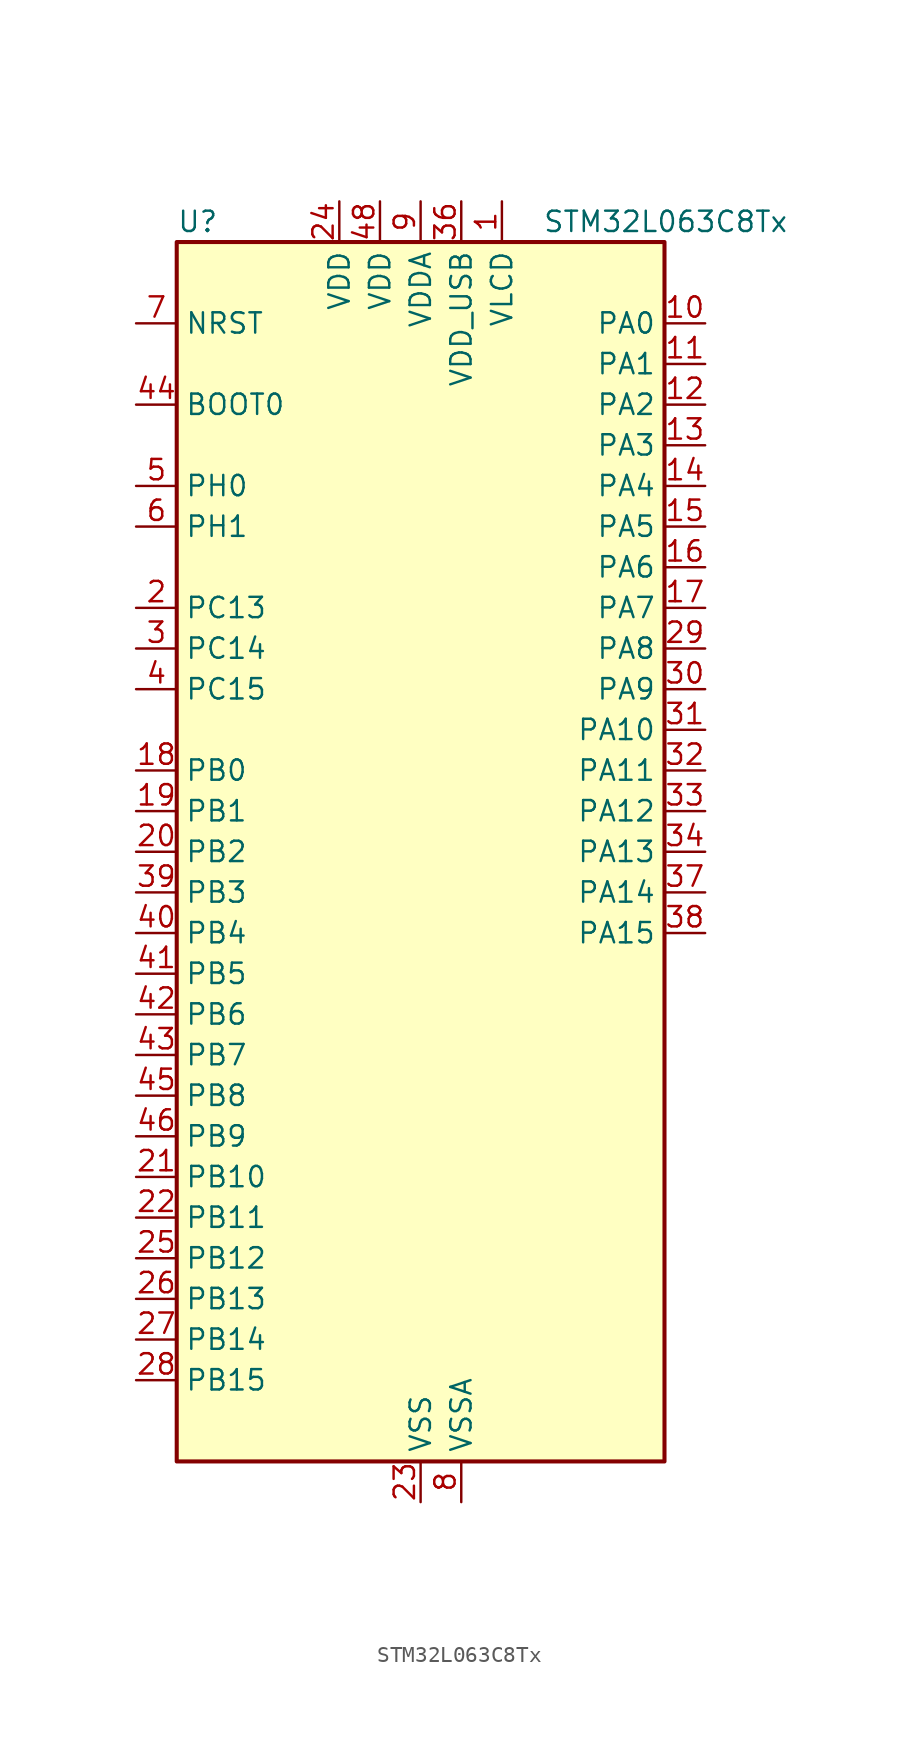
<source format=kicad_sym>
(kicad_symbol_lib
  (version 20241209)
  (generator "kicad_symbol_editor")
  (generator_version "9.0")
  (symbol "STM32L063C8Tx"
    (property "Reference" "U"
      (at -15.24 39.37 0)
      (effects (font (size 1.27 1.27)) (justify left)))
    (property "Value" "STM32L063C8Tx"
      (at 7.62 39.37 0)
      (effects (font (size 1.27 1.27)) (justify left)))
    (symbol "STM32L063C8Tx_0_1"
      (rectangle (start -15.24 -38.1) (end 15.24 38.1) (stroke (width 0.254) (type default)) (fill (type background))))
    (symbol "STM32L063C8Tx_1_1"
      (pin input line (at -17.78 33.02 0) (length 2.54) (name "NRST" (effects (font (size 1.27 1.27)))) (number "7" (effects (font (size 1.27 1.27)))))
      (pin input line (at -17.78 27.94 0) (length 2.54) (name "BOOT0" (effects (font (size 1.27 1.27)))) (number "44" (effects (font (size 1.27 1.27)))))
      (pin bidirectional line (at -17.78 22.86 0) (length 2.54) (name "PH0" (effects (font (size 1.27 1.27)))) (number "5" (effects (font (size 1.27 1.27)))) (alternate "CRS_SYNC" bidirectional line) (alternate "RCC_OSC_IN" bidirectional line))
      (pin bidirectional line (at -17.78 20.32 0) (length 2.54) (name "PH1" (effects (font (size 1.27 1.27)))) (number "6" (effects (font (size 1.27 1.27)))) (alternate "RCC_OSC_OUT" bidirectional line))
      (pin bidirectional line (at -17.78 15.24 0) (length 2.54) (name "PC13" (effects (font (size 1.27 1.27)))) (number "2" (effects (font (size 1.27 1.27)))) (alternate "RTC_OUT_ALARM" bidirectional line) (alternate "RTC_OUT_CALIB" bidirectional line) (alternate "RTC_TAMP1" bidirectional line) (alternate "RTC_TS" bidirectional line) (alternate "SYS_WKUP2" bidirectional line))
      (pin bidirectional line (at -17.78 12.7 0) (length 2.54) (name "PC14" (effects (font (size 1.27 1.27)))) (number "3" (effects (font (size 1.27 1.27)))) (alternate "RCC_OSC32_IN" bidirectional line))
      (pin bidirectional line (at -17.78 10.16 0) (length 2.54) (name "PC15" (effects (font (size 1.27 1.27)))) (number "4" (effects (font (size 1.27 1.27)))) (alternate "RCC_OSC32_OUT" bidirectional line))
      (pin bidirectional line (at -17.78 5.08 0) (length 2.54) (name "PB0" (effects (font (size 1.27 1.27)))) (number "18" (effects (font (size 1.27 1.27)))) (alternate "ADC_IN8" bidirectional line) (alternate "LCD_SEG5" bidirectional line) (alternate "LCD_VLCD3" bidirectional line) (alternate "SYS_VREF_OUT_PB0" bidirectional line) (alternate "TSC_G3_IO2" bidirectional line))
      (pin bidirectional line (at -17.78 2.54 0) (length 2.54) (name "PB1" (effects (font (size 1.27 1.27)))) (number "19" (effects (font (size 1.27 1.27)))) (alternate "ADC_IN9" bidirectional line) (alternate "LCD_SEG6" bidirectional line) (alternate "LPUART1_DE" bidirectional line) (alternate "LPUART1_RTS" bidirectional line) (alternate "SYS_VREF_OUT_PB1" bidirectional line) (alternate "TSC_G3_IO3" bidirectional line))
      (pin bidirectional line (at -17.78 0 0) (length 2.54) (name "PB2" (effects (font (size 1.27 1.27)))) (number "20" (effects (font (size 1.27 1.27)))) (alternate "LCD_VLCD2" bidirectional line) (alternate "LPTIM1_OUT" bidirectional line) (alternate "TSC_G3_IO4" bidirectional line))
      (pin bidirectional line (at -17.78 -2.54 0) (length 2.54) (name "PB3" (effects (font (size 1.27 1.27)))) (number "39" (effects (font (size 1.27 1.27)))) (alternate "COMP2_INM" bidirectional line) (alternate "LCD_SEG7" bidirectional line) (alternate "SPI1_SCK" bidirectional line) (alternate "TIM2_CH2" bidirectional line) (alternate "TSC_G5_IO1" bidirectional line))
      (pin bidirectional line (at -17.78 -5.08 0) (length 2.54) (name "PB4" (effects (font (size 1.27 1.27)))) (number "40" (effects (font (size 1.27 1.27)))) (alternate "COMP2_INP" bidirectional line) (alternate "LCD_SEG8" bidirectional line) (alternate "SPI1_MISO" bidirectional line) (alternate "TIM22_CH1" bidirectional line) (alternate "TSC_G5_IO2" bidirectional line))
      (pin bidirectional line (at -17.78 -7.62 0) (length 2.54) (name "PB5" (effects (font (size 1.27 1.27)))) (number "41" (effects (font (size 1.27 1.27)))) (alternate "COMP2_INP" bidirectional line) (alternate "I2C1_SMBA" bidirectional line) (alternate "LCD_SEG9" bidirectional line) (alternate "LPTIM1_IN1" bidirectional line) (alternate "SPI1_MOSI" bidirectional line) (alternate "TIM22_CH2" bidirectional line))
      (pin bidirectional line (at -17.78 -10.16 0) (length 2.54) (name "PB6" (effects (font (size 1.27 1.27)))) (number "42" (effects (font (size 1.27 1.27)))) (alternate "COMP2_INP" bidirectional line) (alternate "I2C1_SCL" bidirectional line) (alternate "LPTIM1_ETR" bidirectional line) (alternate "TSC_G5_IO3" bidirectional line) (alternate "USART1_TX" bidirectional line))
      (pin bidirectional line (at -17.78 -12.7 0) (length 2.54) (name "PB7" (effects (font (size 1.27 1.27)))) (number "43" (effects (font (size 1.27 1.27)))) (alternate "COMP2_INP" bidirectional line) (alternate "I2C1_SDA" bidirectional line) (alternate "LPTIM1_IN2" bidirectional line) (alternate "SYS_PVD_IN" bidirectional line) (alternate "TSC_G5_IO4" bidirectional line) (alternate "USART1_RX" bidirectional line))
      (pin bidirectional line (at -17.78 -15.24 0) (length 2.54) (name "PB8" (effects (font (size 1.27 1.27)))) (number "45" (effects (font (size 1.27 1.27)))) (alternate "I2C1_SCL" bidirectional line) (alternate "LCD_SEG16" bidirectional line) (alternate "TSC_SYNC" bidirectional line))
      (pin bidirectional line (at -17.78 -17.78 0) (length 2.54) (name "PB9" (effects (font (size 1.27 1.27)))) (number "46" (effects (font (size 1.27 1.27)))) (alternate "DAC_EXTI9" bidirectional line) (alternate "I2C1_SDA" bidirectional line) (alternate "I2S2_WS" bidirectional line) (alternate "LCD_COM3" bidirectional line) (alternate "SPI2_NSS" bidirectional line))
      (pin bidirectional line (at -17.78 -20.32 0) (length 2.54) (name "PB10" (effects (font (size 1.27 1.27)))) (number "21" (effects (font (size 1.27 1.27)))) (alternate "I2C2_SCL" bidirectional line) (alternate "LCD_SEG10" bidirectional line) (alternate "LPUART1_TX" bidirectional line) (alternate "SPI2_SCK" bidirectional line) (alternate "TIM2_CH3" bidirectional line) (alternate "TSC_SYNC" bidirectional line))
      (pin bidirectional line (at -17.78 -22.86 0) (length 2.54) (name "PB11" (effects (font (size 1.27 1.27)))) (number "22" (effects (font (size 1.27 1.27)))) (alternate "ADC_EXTI11" bidirectional line) (alternate "I2C2_SDA" bidirectional line) (alternate "LCD_SEG11" bidirectional line) (alternate "LPUART1_RX" bidirectional line) (alternate "TIM2_CH4" bidirectional line) (alternate "TSC_G6_IO1" bidirectional line))
      (pin bidirectional line (at -17.78 -25.4 0) (length 2.54) (name "PB12" (effects (font (size 1.27 1.27)))) (number "25" (effects (font (size 1.27 1.27)))) (alternate "I2S2_WS" bidirectional line) (alternate "LCD_SEG12" bidirectional line) (alternate "LCD_VLCD1" bidirectional line) (alternate "LPUART1_DE" bidirectional line) (alternate "LPUART1_RTS" bidirectional line) (alternate "SPI2_NSS" bidirectional line) (alternate "TSC_G6_IO2" bidirectional line))
      (pin bidirectional line (at -17.78 -27.94 0) (length 2.54) (name "PB13" (effects (font (size 1.27 1.27)))) (number "26" (effects (font (size 1.27 1.27)))) (alternate "I2C2_SCL" bidirectional line) (alternate "I2S2_CK" bidirectional line) (alternate "LCD_SEG13" bidirectional line) (alternate "LPUART1_CTS" bidirectional line) (alternate "SPI2_SCK" bidirectional line) (alternate "TIM21_CH1" bidirectional line) (alternate "TSC_G6_IO3" bidirectional line))
      (pin bidirectional line (at -17.78 -30.48 0) (length 2.54) (name "PB14" (effects (font (size 1.27 1.27)))) (number "27" (effects (font (size 1.27 1.27)))) (alternate "I2C2_SDA" bidirectional line) (alternate "I2S2_MCK" bidirectional line) (alternate "LCD_SEG14" bidirectional line) (alternate "LPUART1_DE" bidirectional line) (alternate "LPUART1_RTS" bidirectional line) (alternate "RTC_OUT_ALARM" bidirectional line) (alternate "RTC_OUT_CALIB" bidirectional line) (alternate "SPI2_MISO" bidirectional line) (alternate "TIM21_CH2" bidirectional line) (alternate "TSC_G6_IO4" bidirectional line))
      (pin bidirectional line (at -17.78 -33.02 0) (length 2.54) (name "PB15" (effects (font (size 1.27 1.27)))) (number "28" (effects (font (size 1.27 1.27)))) (alternate "I2S2_SD" bidirectional line) (alternate "LCD_SEG15" bidirectional line) (alternate "RTC_REFIN" bidirectional line) (alternate "SPI2_MOSI" bidirectional line))
      (pin power_in line (at -5.08 40.64 270) (length 2.54) (name "VDD" (effects (font (size 1.27 1.27)))) (number "24" (effects (font (size 1.27 1.27)))))
      (pin power_in line (at -2.54 40.64 270) (length 2.54) (name "VDD" (effects (font (size 1.27 1.27)))) (number "48" (effects (font (size 1.27 1.27)))))
      (pin power_in line (at 0 40.64 270) (length 2.54) (name "VDDA" (effects (font (size 1.27 1.27)))) (number "9" (effects (font (size 1.27 1.27)))))
      (pin power_in line (at 0 -40.64 90) (length 2.54) (name "VSS" (effects (font (size 1.27 1.27)))) (number "23" (effects (font (size 1.27 1.27)))))
      (pin passive line (at 0 -40.64 90) (length 2.54) (hide yes) (name "VSS" (effects (font (size 1.27 1.27)))) (number "35" (effects (font (size 1.27 1.27)))))
      (pin passive line (at 0 -40.64 90) (length 2.54) (hide yes) (name "VSS" (effects (font (size 1.27 1.27)))) (number "47" (effects (font (size 1.27 1.27)))))
      (pin power_in line (at 2.54 40.64 270) (length 2.54) (name "VDD_USB" (effects (font (size 1.27 1.27)))) (number "36" (effects (font (size 1.27 1.27)))))
      (pin power_in line (at 2.54 -40.64 90) (length 2.54) (name "VSSA" (effects (font (size 1.27 1.27)))) (number "8" (effects (font (size 1.27 1.27)))))
      (pin power_in line (at 5.08 40.64 270) (length 2.54) (name "VLCD" (effects (font (size 1.27 1.27)))) (number "1" (effects (font (size 1.27 1.27)))))
      (pin bidirectional line (at 17.78 33.02 180) (length 2.54) (name "PA0" (effects (font (size 1.27 1.27)))) (number "10" (effects (font (size 1.27 1.27)))) (alternate "ADC_IN0" bidirectional line) (alternate "COMP1_INM" bidirectional line) (alternate "COMP1_OUT" bidirectional line) (alternate "RTC_TAMP2" bidirectional line) (alternate "SYS_WKUP1" bidirectional line) (alternate "TIM2_CH1" bidirectional line) (alternate "TIM2_ETR" bidirectional line) (alternate "TSC_G1_IO1" bidirectional line) (alternate "USART2_CTS" bidirectional line))
      (pin bidirectional line (at 17.78 30.48 180) (length 2.54) (name "PA1" (effects (font (size 1.27 1.27)))) (number "11" (effects (font (size 1.27 1.27)))) (alternate "ADC_IN1" bidirectional line) (alternate "COMP1_INP" bidirectional line) (alternate "LCD_SEG0" bidirectional line) (alternate "TIM21_ETR" bidirectional line) (alternate "TIM2_CH2" bidirectional line) (alternate "TSC_G1_IO2" bidirectional line) (alternate "USART2_DE" bidirectional line) (alternate "USART2_RTS" bidirectional line))
      (pin bidirectional line (at 17.78 27.94 180) (length 2.54) (name "PA2" (effects (font (size 1.27 1.27)))) (number "12" (effects (font (size 1.27 1.27)))) (alternate "ADC_IN2" bidirectional line) (alternate "COMP2_INM" bidirectional line) (alternate "COMP2_OUT" bidirectional line) (alternate "LCD_SEG1" bidirectional line) (alternate "TIM21_CH1" bidirectional line) (alternate "TIM2_CH3" bidirectional line) (alternate "TSC_G1_IO3" bidirectional line) (alternate "USART2_TX" bidirectional line))
      (pin bidirectional line (at 17.78 25.4 180) (length 2.54) (name "PA3" (effects (font (size 1.27 1.27)))) (number "13" (effects (font (size 1.27 1.27)))) (alternate "ADC_IN3" bidirectional line) (alternate "COMP2_INP" bidirectional line) (alternate "LCD_SEG2" bidirectional line) (alternate "TIM21_CH2" bidirectional line) (alternate "TIM2_CH4" bidirectional line) (alternate "TSC_G1_IO4" bidirectional line) (alternate "USART2_RX" bidirectional line))
      (pin bidirectional line (at 17.78 22.86 180) (length 2.54) (name "PA4" (effects (font (size 1.27 1.27)))) (number "14" (effects (font (size 1.27 1.27)))) (alternate "ADC_IN4" bidirectional line) (alternate "COMP1_INM" bidirectional line) (alternate "COMP2_INM" bidirectional line) (alternate "DAC_OUT1" bidirectional line) (alternate "SPI1_NSS" bidirectional line) (alternate "TIM22_ETR" bidirectional line) (alternate "TSC_G2_IO1" bidirectional line) (alternate "USART2_CK" bidirectional line))
      (pin bidirectional line (at 17.78 20.32 180) (length 2.54) (name "PA5" (effects (font (size 1.27 1.27)))) (number "15" (effects (font (size 1.27 1.27)))) (alternate "ADC_IN5" bidirectional line) (alternate "COMP1_INM" bidirectional line) (alternate "COMP2_INM" bidirectional line) (alternate "SPI1_SCK" bidirectional line) (alternate "TIM2_CH1" bidirectional line) (alternate "TIM2_ETR" bidirectional line) (alternate "TSC_G2_IO2" bidirectional line))
      (pin bidirectional line (at 17.78 17.78 180) (length 2.54) (name "PA6" (effects (font (size 1.27 1.27)))) (number "16" (effects (font (size 1.27 1.27)))) (alternate "ADC_IN6" bidirectional line) (alternate "COMP1_OUT" bidirectional line) (alternate "LCD_SEG3" bidirectional line) (alternate "LPUART1_CTS" bidirectional line) (alternate "SPI1_MISO" bidirectional line) (alternate "TIM22_CH1" bidirectional line) (alternate "TSC_G2_IO3" bidirectional line))
      (pin bidirectional line (at 17.78 15.24 180) (length 2.54) (name "PA7" (effects (font (size 1.27 1.27)))) (number "17" (effects (font (size 1.27 1.27)))) (alternate "ADC_IN7" bidirectional line) (alternate "COMP2_OUT" bidirectional line) (alternate "LCD_SEG4" bidirectional line) (alternate "SPI1_MOSI" bidirectional line) (alternate "TIM22_CH2" bidirectional line) (alternate "TSC_G2_IO4" bidirectional line))
      (pin bidirectional line (at 17.78 12.7 180) (length 2.54) (name "PA8" (effects (font (size 1.27 1.27)))) (number "29" (effects (font (size 1.27 1.27)))) (alternate "CRS_SYNC" bidirectional line) (alternate "LCD_COM0" bidirectional line) (alternate "RCC_MCO" bidirectional line) (alternate "USART1_CK" bidirectional line))
      (pin bidirectional line (at 17.78 10.16 180) (length 2.54) (name "PA9" (effects (font (size 1.27 1.27)))) (number "30" (effects (font (size 1.27 1.27)))) (alternate "DAC_EXTI9" bidirectional line) (alternate "LCD_COM1" bidirectional line) (alternate "RCC_MCO" bidirectional line) (alternate "TSC_G4_IO1" bidirectional line) (alternate "USART1_TX" bidirectional line))
      (pin bidirectional line (at 17.78 7.62 180) (length 2.54) (name "PA10" (effects (font (size 1.27 1.27)))) (number "31" (effects (font (size 1.27 1.27)))) (alternate "LCD_COM2" bidirectional line) (alternate "TSC_G4_IO2" bidirectional line) (alternate "USART1_RX" bidirectional line))
      (pin bidirectional line (at 17.78 5.08 180) (length 2.54) (name "PA11" (effects (font (size 1.27 1.27)))) (number "32" (effects (font (size 1.27 1.27)))) (alternate "ADC_EXTI11" bidirectional line) (alternate "COMP1_OUT" bidirectional line) (alternate "SPI1_MISO" bidirectional line) (alternate "TSC_G4_IO3" bidirectional line) (alternate "USART1_CTS" bidirectional line) (alternate "USB_DM" bidirectional line))
      (pin bidirectional line (at 17.78 2.54 180) (length 2.54) (name "PA12" (effects (font (size 1.27 1.27)))) (number "33" (effects (font (size 1.27 1.27)))) (alternate "COMP2_OUT" bidirectional line) (alternate "SPI1_MOSI" bidirectional line) (alternate "TSC_G4_IO4" bidirectional line) (alternate "USART1_DE" bidirectional line) (alternate "USART1_RTS" bidirectional line) (alternate "USB_DP" bidirectional line))
      (pin bidirectional line (at 17.78 0 180) (length 2.54) (name "PA13" (effects (font (size 1.27 1.27)))) (number "34" (effects (font (size 1.27 1.27)))) (alternate "SYS_SWDIO" bidirectional line) (alternate "USB_NOE" bidirectional line))
      (pin bidirectional line (at 17.78 -2.54 180) (length 2.54) (name "PA14" (effects (font (size 1.27 1.27)))) (number "37" (effects (font (size 1.27 1.27)))) (alternate "SYS_SWCLK" bidirectional line) (alternate "USART2_TX" bidirectional line))
      (pin bidirectional line (at 17.78 -5.08 180) (length 2.54) (name "PA15" (effects (font (size 1.27 1.27)))) (number "38" (effects (font (size 1.27 1.27)))) (alternate "LCD_SEG17" bidirectional line) (alternate "SPI1_NSS" bidirectional line) (alternate "TIM2_CH1" bidirectional line) (alternate "TIM2_ETR" bidirectional line) (alternate "USART2_RX" bidirectional line)))))
</source>
